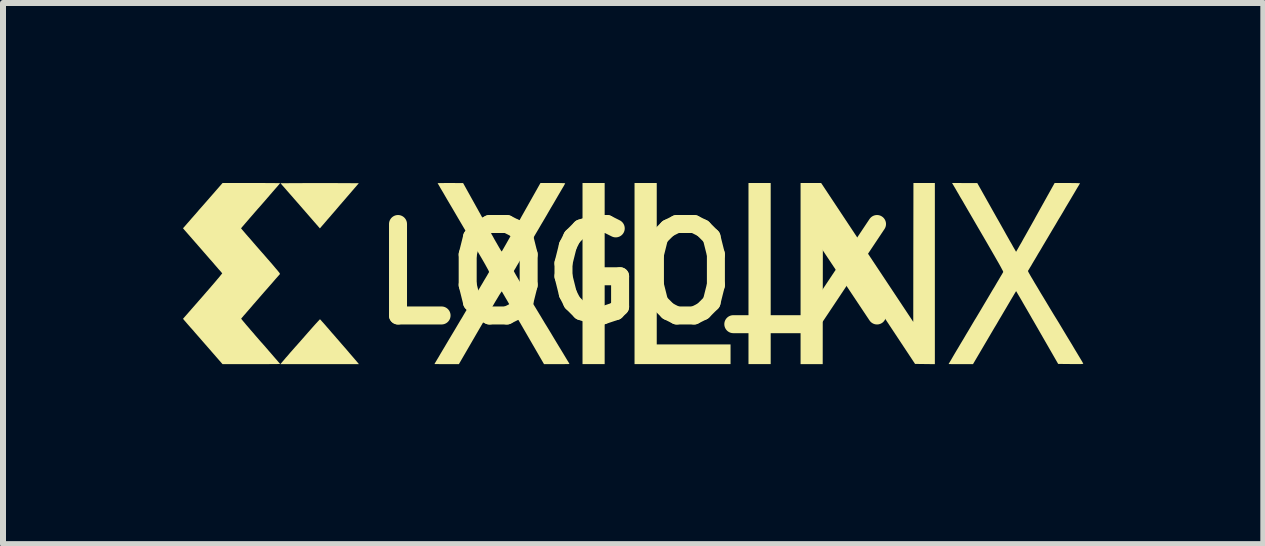
<source format=kicad_pcb>
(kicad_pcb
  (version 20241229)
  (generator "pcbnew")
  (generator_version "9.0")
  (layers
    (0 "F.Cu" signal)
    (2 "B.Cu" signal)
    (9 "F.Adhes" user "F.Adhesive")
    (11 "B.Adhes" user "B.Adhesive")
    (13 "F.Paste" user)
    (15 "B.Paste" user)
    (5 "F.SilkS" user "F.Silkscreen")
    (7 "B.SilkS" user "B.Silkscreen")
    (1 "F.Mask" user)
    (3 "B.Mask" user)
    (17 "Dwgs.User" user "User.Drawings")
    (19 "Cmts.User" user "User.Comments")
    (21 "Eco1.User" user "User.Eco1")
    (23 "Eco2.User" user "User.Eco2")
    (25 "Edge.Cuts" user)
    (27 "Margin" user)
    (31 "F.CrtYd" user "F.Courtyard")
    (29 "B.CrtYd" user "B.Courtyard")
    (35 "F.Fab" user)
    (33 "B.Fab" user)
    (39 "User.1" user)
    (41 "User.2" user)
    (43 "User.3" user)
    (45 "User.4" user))
  (footprint "LOGO_X"
    (layer "F.Cu")
    (at 7.502 1.518)
    (property "Reference" "LOGO_X" (at 0 0 0) (layer "F.SilkS") (effects (font (size 1.524 1.524) (thickness 0.3))))
    (attr board_only exclude_from_pos_files exclude_from_bom)
    (fp_poly (pts (xy -0.475 1.5) (xy -0.844 1.5) (xy -0.844 -1.518) (xy -0.475 -1.518)) (stroke (width 0) (type solid)) (fill yes) (layer "F.SilkS"))
    (fp_poly (pts (xy 2.292 1.5) (xy 1.922 1.5) (xy 1.922 -1.518) (xy 2.292 -1.518)) (stroke (width 0) (type solid)) (fill yes) (layer "F.SilkS"))
    (fp_poly (pts (xy 0.393 1.172) (xy 1.623 1.172) (xy 1.623 1.5) (xy 0.023 1.5) (xy 0.023 -1.518) (xy 0.393 -1.518)) (stroke (width 0) (type solid)) (fill yes) (layer "F.SilkS"))
    (fp_poly (pts (xy 5.028 1.501) (xy 4.863 1.499) (xy 4.698 1.497) (xy 3.93 0.337) (xy 3.162 -0.824) (xy 3.16 0.338) (xy 3.159 1.5) (xy 2.79 1.5) (xy 2.79 -1.518) (xy 2.961 -1.518) (xy 3.133 -1.518) (xy 3.9 -0.361) (xy 4.668 0.796) (xy 4.669 -0.361) (xy 4.671 -1.518) (xy 5.028 -1.518)) (stroke (width 0) (type solid)) (fill yes) (layer "F.SilkS"))
    (fp_poly (pts (xy -5.116 -1.517) (xy -5.028 -1.517) (xy -4.947 -1.517) (xy -4.896 -1.516) (xy -4.572 -1.515) (xy -4.807 -1.242) (xy -4.852 -1.19) (xy -4.897 -1.138) (xy -4.941 -1.086) (xy -4.984 -1.036) (xy -5.024 -0.99) (xy -5.06 -0.948) (xy -5.092 -0.912) (xy -5.117 -0.882) (xy -5.131 -0.866) (xy -5.221 -0.762) (xy -5.549 -1.139) (xy -5.878 -1.515) (xy -5.55 -1.516) (xy -5.474 -1.517) (xy -5.389 -1.517) (xy -5.3 -1.517) (xy -5.208 -1.517)) (stroke (width 0) (type solid)) (fill yes) (layer "F.SilkS"))
    (fp_poly (pts (xy -5.215 0.757) (xy -5.203 0.769) (xy -5.186 0.789) (xy -5.162 0.815) (xy -5.134 0.847) (xy -5.102 0.884) (xy -5.066 0.925) (xy -5.028 0.97) (xy -4.987 1.016) (xy -4.945 1.065) (xy -4.902 1.114) (xy -4.859 1.164) (xy -4.817 1.212) (xy -4.776 1.259) (xy -4.738 1.304) (xy -4.702 1.346) (xy -4.669 1.384) (xy -4.641 1.417) (xy -4.617 1.444) (xy -4.6 1.465) (xy -4.591 1.475) (xy -4.571 1.5) (xy -5.879 1.5) (xy -5.864 1.483) (xy -5.844 1.459) (xy -5.818 1.429) (xy -5.788 1.393) (xy -5.753 1.354) (xy -5.716 1.31) (xy -5.675 1.264) (xy -5.633 1.216) (xy -5.589 1.167) (xy -5.545 1.117) (xy -5.501 1.067) (xy -5.458 1.018) (xy -5.417 0.971) (xy -5.377 0.926) (xy -5.341 0.885) (xy -5.308 0.848) (xy -5.279 0.816) (xy -5.255 0.79) (xy -5.236 0.77) (xy -5.224 0.757) (xy -5.219 0.752) (xy -5.219 0.752)) (stroke (width 0) (type solid)) (fill yes) (layer "F.SilkS"))
    (fp_poly (pts (xy -6.29 -1.518) (xy -6.219 -1.518) (xy -6.153 -1.518) (xy -6.093 -1.517) (xy -6.038 -1.517) (xy -5.99 -1.517) (xy -5.95 -1.516) (xy -5.919 -1.516) (xy -5.897 -1.516) (xy -5.886 -1.515) (xy -5.884 -1.515) (xy -5.888 -1.51) (xy -5.899 -1.497) (xy -5.916 -1.477) (xy -5.94 -1.449) (xy -5.969 -1.416) (xy -6.003 -1.377) (xy -6.041 -1.333) (xy -6.083 -1.284) (xy -6.128 -1.232) (xy -6.176 -1.177) (xy -6.209 -1.139) (xy -6.259 -1.083) (xy -6.306 -1.029) (xy -6.35 -0.978) (xy -6.391 -0.931) (xy -6.428 -0.888) (xy -6.46 -0.851) (xy -6.487 -0.819) (xy -6.509 -0.794) (xy -6.524 -0.776) (xy -6.533 -0.765) (xy -6.535 -0.763) (xy -6.531 -0.758) (xy -6.52 -0.745) (xy -6.502 -0.724) (xy -6.479 -0.697) (xy -6.45 -0.663) (xy -6.416 -0.624) (xy -6.377 -0.58) (xy -6.335 -0.531) (xy -6.29 -0.479) (xy -6.242 -0.424) (xy -6.207 -0.384) (xy -6.148 -0.317) (xy -6.097 -0.258) (xy -6.052 -0.207) (xy -6.014 -0.163) (xy -5.982 -0.125) (xy -5.956 -0.094) (xy -5.934 -0.069) (xy -5.917 -0.048) (xy -5.904 -0.032) (xy -5.895 -0.02) (xy -5.89 -0.011) (xy -5.887 -0.005) (xy -5.886 -0.001) (xy -5.887 -0.000049) (xy -5.923 0.041) (xy -5.963 0.086) (xy -6.005 0.135) (xy -6.049 0.185) (xy -6.095 0.238) (xy -6.142 0.291) (xy -6.189 0.345) (xy -6.235 0.398) (xy -6.28 0.45) (xy -6.324 0.5) (xy -6.365 0.548) (xy -6.403 0.592) (xy -6.437 0.631) (xy -6.467 0.666) (xy -6.493 0.695) (xy -6.512 0.718) (xy -6.526 0.734) (xy -6.532 0.742) (xy -6.533 0.742) (xy -6.529 0.748) (xy -6.519 0.761) (xy -6.502 0.782) (xy -6.478 0.81) (xy -6.45 0.844) (xy -6.416 0.883) (xy -6.378 0.928) (xy -6.336 0.976) (xy -6.291 1.029) (xy -6.243 1.084) (xy -6.21 1.122) (xy -6.16 1.178) (xy -6.113 1.232) (xy -6.069 1.283) (xy -6.028 1.33) (xy -5.991 1.373) (xy -5.959 1.41) (xy -5.931 1.442) (xy -5.91 1.467) (xy -5.894 1.485) (xy -5.886 1.495) (xy -5.884 1.497) (xy -5.89 1.498) (xy -5.906 1.498) (xy -5.933 1.499) (xy -5.969 1.499) (xy -6.013 1.499) (xy -6.064 1.5) (xy -6.122 1.5) (xy -6.185 1.5) (xy -6.253 1.5) (xy -6.326 1.5) (xy -6.364 1.5) (xy -6.844 1.5) (xy -7.158 1.14) (xy -7.207 1.084) (xy -7.254 1.03) (xy -7.298 0.98) (xy -7.339 0.932) (xy -7.377 0.89) (xy -7.41 0.852) (xy -7.438 0.82) (xy -7.46 0.794) (xy -7.476 0.776) (xy -7.485 0.765) (xy -7.487 0.763) (xy -7.502 0.745) (xy -7.173 0.369) (xy -7.114 0.301) (xy -7.06 0.239) (xy -7.011 0.182) (xy -6.968 0.132) (xy -6.932 0.089) (xy -6.901 0.053) (xy -6.878 0.024) (xy -6.861 0.003) (xy -6.851 -0.009) (xy -6.849 -0.014) (xy -6.854 -0.019) (xy -6.865 -0.033) (xy -6.883 -0.054) (xy -6.908 -0.081) (xy -6.937 -0.115) (xy -6.972 -0.155) (xy -7.01 -0.2) (xy -7.053 -0.248) (xy -7.098 -0.3) (xy -7.146 -0.355) (xy -7.178 -0.392) (xy -7.502 -0.763) (xy -7.489 -0.779) (xy -7.483 -0.785) (xy -7.47 -0.8) (xy -7.45 -0.823) (xy -7.425 -0.852) (xy -7.394 -0.887) (xy -7.359 -0.928) (xy -7.319 -0.973) (xy -7.276 -1.022) (xy -7.231 -1.075) (xy -7.182 -1.13) (xy -7.159 -1.156) (xy -6.843 -1.518) (xy -6.364 -1.518)) (stroke (width 0) (type solid)) (fill yes) (layer "F.SilkS"))
    (fp_poly (pts (xy 7.285 -1.518) (xy 7.33 -1.517) (xy 7.369 -1.517) (xy 7.402 -1.516) (xy 7.426 -1.515) (xy 7.442 -1.515) (xy 7.447 -1.514) (xy 7.447 -1.514) (xy 7.444 -1.508) (xy 7.435 -1.493) (xy 7.421 -1.469) (xy 7.402 -1.438) (xy 7.379 -1.399) (xy 7.352 -1.353) (xy 7.321 -1.301) (xy 7.288 -1.245) (xy 7.251 -1.183) (xy 7.212 -1.118) (xy 7.172 -1.049) (xy 7.13 -0.978) (xy 7.086 -0.906) (xy 7.043 -0.832) (xy 6.998 -0.757) (xy 6.954 -0.683) (xy 6.911 -0.61) (xy 6.868 -0.538) (xy 6.827 -0.469) (xy 6.788 -0.402) (xy 6.75 -0.34) (xy 6.716 -0.281) (xy 6.684 -0.228) (xy 6.656 -0.181) (xy 6.632 -0.139) (xy 6.611 -0.105) (xy 6.596 -0.079) (xy 6.585 -0.062) (xy 6.58 -0.053) (xy 6.58 -0.053) (xy 6.581 -0.049) (xy 6.584 -0.04) (xy 6.591 -0.027) (xy 6.602 -0.007) (xy 6.616 0.018) (xy 6.634 0.049) (xy 6.657 0.087) (xy 6.683 0.132) (xy 6.715 0.185) (xy 6.751 0.245) (xy 6.791 0.313) (xy 6.838 0.39) (xy 6.889 0.475) (xy 6.946 0.57) (xy 7.009 0.674) (xy 7.038 0.721) (xy 7.091 0.807) (xy 7.142 0.892) (xy 7.19 0.972) (xy 7.237 1.05) (xy 7.281 1.122) (xy 7.322 1.19) (xy 7.359 1.253) (xy 7.393 1.309) (xy 7.423 1.359) (xy 7.449 1.402) (xy 7.47 1.437) (xy 7.486 1.464) (xy 7.496 1.483) (xy 7.501 1.492) (xy 7.502 1.493) (xy 7.5 1.495) (xy 7.494 1.496) (xy 7.482 1.498) (xy 7.464 1.499) (xy 7.438 1.499) (xy 7.404 1.499) (xy 7.361 1.499) (xy 7.307 1.499) (xy 7.292 1.499) (xy 7.083 1.497) (xy 6.734 0.89) (xy 6.689 0.812) (xy 6.646 0.738) (xy 6.605 0.666) (xy 6.566 0.599) (xy 6.53 0.537) (xy 6.497 0.48) (xy 6.468 0.429) (xy 6.442 0.385) (xy 6.42 0.348) (xy 6.403 0.319) (xy 6.391 0.298) (xy 6.384 0.287) (xy 6.382 0.285) (xy 6.378 0.29) (xy 6.37 0.304) (xy 6.355 0.328) (xy 6.336 0.36) (xy 6.313 0.399) (xy 6.285 0.446) (xy 6.254 0.499) (xy 6.22 0.557) (xy 6.182 0.621) (xy 6.142 0.689) (xy 6.099 0.761) (xy 6.055 0.837) (xy 6.021 0.893) (xy 5.664 1.5) (xy 5.461 1.5) (xy 5.413 1.5) (xy 5.37 1.5) (xy 5.331 1.5) (xy 5.299 1.5) (xy 5.276 1.499) (xy 5.261 1.499) (xy 5.257 1.498) (xy 5.26 1.493) (xy 5.269 1.478) (xy 5.283 1.455) (xy 5.302 1.423) (xy 5.325 1.383) (xy 5.353 1.335) (xy 5.385 1.281) (xy 5.421 1.221) (xy 5.46 1.155) (xy 5.503 1.084) (xy 5.547 1.009) (xy 5.595 0.929) (xy 5.644 0.846) (xy 5.695 0.76) (xy 5.709 0.738) (xy 5.761 0.651) (xy 5.811 0.567) (xy 5.859 0.486) (xy 5.905 0.409) (xy 5.948 0.336) (xy 5.988 0.268) (xy 6.026 0.206) (xy 6.059 0.149) (xy 6.089 0.099) (xy 6.114 0.056) (xy 6.135 0.021) (xy 6.151 -0.006) (xy 6.161 -0.024) (xy 6.166 -0.032) (xy 6.167 -0.033) (xy 6.167 -0.036) (xy 6.166 -0.041) (xy 6.163 -0.049) (xy 6.158 -0.06) (xy 6.15 -0.074) (xy 6.14 -0.093) (xy 6.128 -0.116) (xy 6.112 -0.145) (xy 6.093 -0.179) (xy 6.07 -0.219) (xy 6.043 -0.266) (xy 6.012 -0.32) (xy 5.977 -0.381) (xy 5.937 -0.45) (xy 5.892 -0.528) (xy 5.842 -0.614) (xy 5.786 -0.71) (xy 5.755 -0.763) (xy 5.706 -0.847) (xy 5.658 -0.93) (xy 5.612 -1.009) (xy 5.568 -1.084) (xy 5.527 -1.155) (xy 5.489 -1.221) (xy 5.453 -1.281) (xy 5.422 -1.335) (xy 5.394 -1.383) (xy 5.371 -1.423) (xy 5.352 -1.455) (xy 5.338 -1.479) (xy 5.329 -1.494) (xy 5.326 -1.499) (xy 5.315 -1.518) (xy 5.735 -1.517) (xy 6.056 -0.946) (xy 6.099 -0.871) (xy 6.14 -0.798) (xy 6.179 -0.729) (xy 6.215 -0.664) (xy 6.249 -0.604) (xy 6.28 -0.549) (xy 6.308 -0.501) (xy 6.331 -0.459) (xy 6.351 -0.425) (xy 6.366 -0.399) (xy 6.376 -0.381) (xy 6.381 -0.373) (xy 6.381 -0.373) (xy 6.385 -0.377) (xy 6.393 -0.392) (xy 6.407 -0.415) (xy 6.425 -0.447) (xy 6.447 -0.486) (xy 6.474 -0.532) (xy 6.503 -0.585) (xy 6.536 -0.643) (xy 6.572 -0.707) (xy 6.61 -0.775) (xy 6.65 -0.846) (xy 6.692 -0.921) (xy 6.704 -0.944) (xy 7.024 -1.518) (xy 7.237 -1.518)) (stroke (width 0) (type solid)) (fill yes) (layer "F.SilkS"))
    (fp_poly (pts (xy -1.281 -1.518) (xy -1.236 -1.518) (xy -1.2 -1.517) (xy -1.173 -1.516) (xy -1.154 -1.516) (xy -1.141 -1.514) (xy -1.135 -1.513) (xy -1.133 -1.511) (xy -1.133 -1.51) (xy -1.136 -1.505) (xy -1.145 -1.49) (xy -1.158 -1.466) (xy -1.177 -1.434) (xy -1.2 -1.395) (xy -1.227 -1.349) (xy -1.257 -1.298) (xy -1.29 -1.241) (xy -1.326 -1.179) (xy -1.365 -1.114) (xy -1.405 -1.045) (xy -1.446 -0.974) (xy -1.489 -0.901) (xy -1.533 -0.827) (xy -1.576 -0.753) (xy -1.62 -0.679) (xy -1.663 -0.605) (xy -1.705 -0.534) (xy -1.746 -0.464) (xy -1.785 -0.398) (xy -1.821 -0.336) (xy -1.856 -0.278) (xy -1.887 -0.225) (xy -1.915 -0.177) (xy -1.939 -0.137) (xy -1.958 -0.103) (xy -1.974 -0.077) (xy -1.984 -0.06) (xy -1.988 -0.053) (xy -1.988 -0.049) (xy -1.984 -0.04) (xy -1.977 -0.027) (xy -1.966 -0.007) (xy -1.952 0.018) (xy -1.934 0.049) (xy -1.912 0.087) (xy -1.885 0.132) (xy -1.854 0.185) (xy -1.818 0.245) (xy -1.777 0.313) (xy -1.731 0.39) (xy -1.679 0.475) (xy -1.622 0.569) (xy -1.559 0.673) (xy -1.527 0.726) (xy -1.475 0.813) (xy -1.423 0.897) (xy -1.374 0.978) (xy -1.328 1.055) (xy -1.284 1.128) (xy -1.243 1.196) (xy -1.205 1.258) (xy -1.171 1.314) (xy -1.141 1.364) (xy -1.115 1.407) (xy -1.094 1.442) (xy -1.077 1.469) (xy -1.067 1.488) (xy -1.061 1.497) (xy -1.061 1.497) (xy -1.066 1.498) (xy -1.082 1.499) (xy -1.108 1.499) (xy -1.141 1.5) (xy -1.18 1.5) (xy -1.225 1.5) (xy -1.273 1.5) (xy -1.486 1.5) (xy -1.834 0.899) (xy -1.879 0.821) (xy -1.923 0.747) (xy -1.964 0.675) (xy -2.003 0.608) (xy -2.039 0.546) (xy -2.073 0.488) (xy -2.102 0.437) (xy -2.129 0.392) (xy -2.15 0.355) (xy -2.168 0.325) (xy -2.18 0.304) (xy -2.187 0.292) (xy -2.189 0.289) (xy -2.191 0.29) (xy -2.196 0.296) (xy -2.204 0.307) (xy -2.215 0.324) (xy -2.23 0.347) (xy -2.248 0.377) (xy -2.27 0.414) (xy -2.297 0.458) (xy -2.327 0.51) (xy -2.363 0.57) (xy -2.403 0.639) (xy -2.448 0.716) (xy -2.499 0.803) (xy -2.55 0.89) (xy -2.904 1.5) (xy -3.108 1.5) (xy -3.155 1.5) (xy -3.199 1.5) (xy -3.237 1.5) (xy -3.269 1.499) (xy -3.293 1.499) (xy -3.307 1.499) (xy -3.311 1.498) (xy -3.308 1.493) (xy -3.3 1.478) (xy -3.286 1.455) (xy -3.267 1.423) (xy -3.243 1.383) (xy -3.215 1.335) (xy -3.183 1.281) (xy -3.147 1.221) (xy -3.108 1.155) (xy -3.066 1.084) (xy -3.021 1.009) (xy -2.973 0.929) (xy -2.924 0.846) (xy -2.873 0.76) (xy -2.859 0.738) (xy -2.808 0.651) (xy -2.758 0.567) (xy -2.709 0.486) (xy -2.664 0.409) (xy -2.62 0.336) (xy -2.58 0.268) (xy -2.543 0.206) (xy -2.509 0.149) (xy -2.48 0.099) (xy -2.454 0.056) (xy -2.433 0.021) (xy -2.418 -0.006) (xy -2.407 -0.024) (xy -2.402 -0.032) (xy -2.402 -0.033) (xy -2.402 -0.036) (xy -2.403 -0.041) (xy -2.406 -0.049) (xy -2.411 -0.06) (xy -2.419 -0.075) (xy -2.429 -0.093) (xy -2.442 -0.117) (xy -2.458 -0.146) (xy -2.477 -0.18) (xy -2.5 -0.22) (xy -2.527 -0.267) (xy -2.559 -0.321) (xy -2.594 -0.382) (xy -2.635 -0.451) (xy -2.68 -0.529) (xy -2.731 -0.615) (xy -2.787 -0.711) (xy -2.827 -0.779) (xy -2.877 -0.864) (xy -2.926 -0.947) (xy -2.972 -1.026) (xy -3.016 -1.101) (xy -3.058 -1.172) (xy -3.097 -1.238) (xy -3.132 -1.298) (xy -3.163 -1.352) (xy -3.191 -1.399) (xy -3.215 -1.439) (xy -3.233 -1.472) (xy -3.247 -1.495) (xy -3.256 -1.51) (xy -3.259 -1.515) (xy -3.253 -1.516) (xy -3.237 -1.516) (xy -3.212 -1.517) (xy -3.179 -1.517) (xy -3.139 -1.518) (xy -3.094 -1.518) (xy -3.046 -1.518) (xy -2.834 -1.517) (xy -2.515 -0.943) (xy -2.463 -0.85) (xy -2.417 -0.767) (xy -2.376 -0.693) (xy -2.339 -0.629) (xy -2.308 -0.572) (xy -2.28 -0.524) (xy -2.257 -0.484) (xy -2.238 -0.451) (xy -2.222 -0.424) (xy -2.21 -0.404) (xy -2.201 -0.389) (xy -2.194 -0.381) (xy -2.19 -0.377) (xy -2.189 -0.377) (xy -2.186 -0.383) (xy -2.177 -0.399) (xy -2.163 -0.423) (xy -2.144 -0.456) (xy -2.121 -0.496) (xy -2.094 -0.544) (xy -2.064 -0.597) (xy -2.031 -0.656) (xy -1.994 -0.72) (xy -1.956 -0.788) (xy -1.915 -0.86) (xy -1.873 -0.935) (xy -1.864 -0.952) (xy -1.545 -1.518) (xy -1.337 -1.518)) (stroke (width 0) (type solid)) (fill yes) (layer "F.SilkS")))
  (gr_rect
    (start -3 -3)
    (end 18.004 6.018)
    (stroke (width 0.1) (type default))
    (fill no)
    (layer "Edge.Cuts")))
</source>
